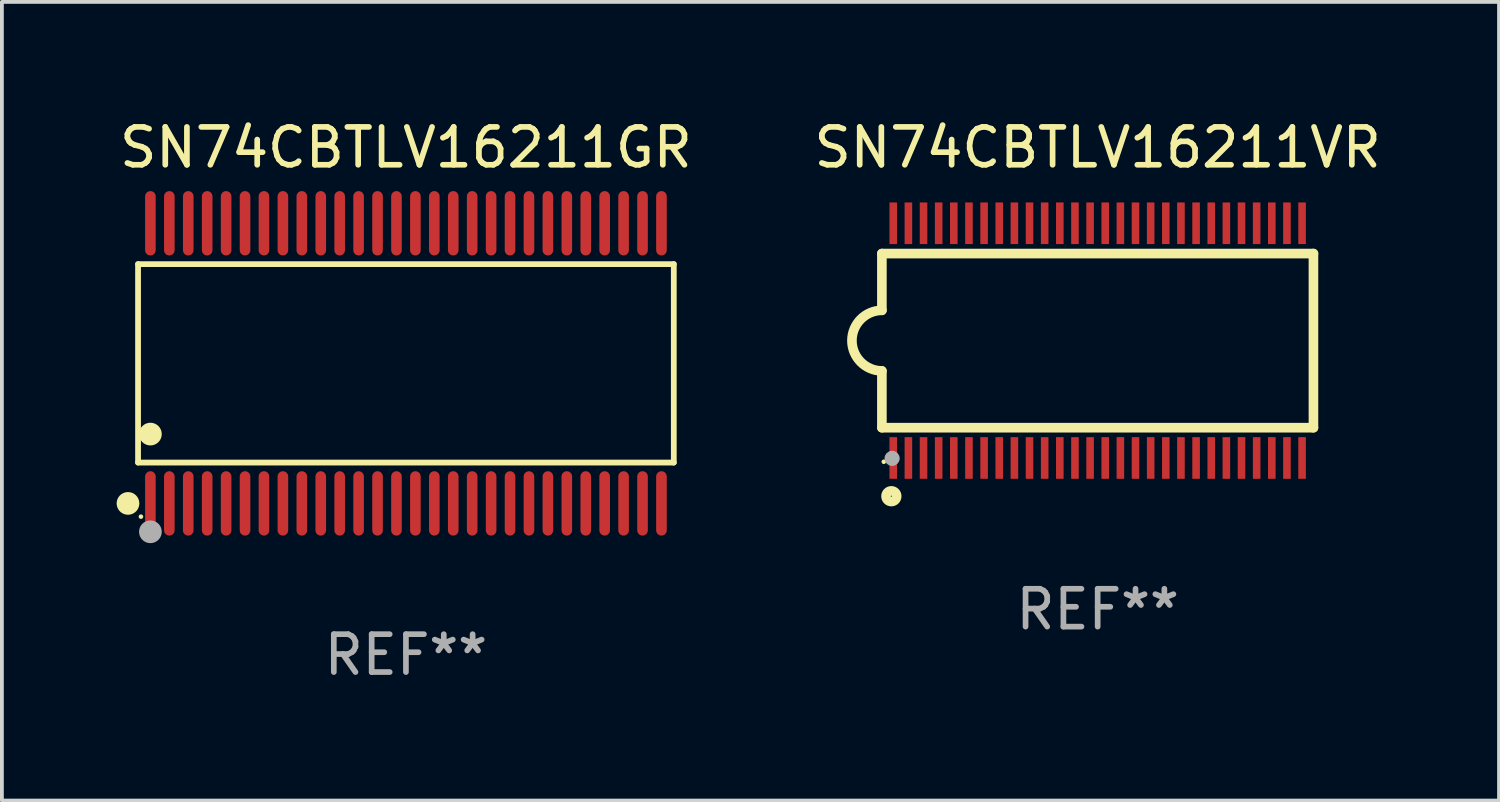
<source format=kicad_pcb>
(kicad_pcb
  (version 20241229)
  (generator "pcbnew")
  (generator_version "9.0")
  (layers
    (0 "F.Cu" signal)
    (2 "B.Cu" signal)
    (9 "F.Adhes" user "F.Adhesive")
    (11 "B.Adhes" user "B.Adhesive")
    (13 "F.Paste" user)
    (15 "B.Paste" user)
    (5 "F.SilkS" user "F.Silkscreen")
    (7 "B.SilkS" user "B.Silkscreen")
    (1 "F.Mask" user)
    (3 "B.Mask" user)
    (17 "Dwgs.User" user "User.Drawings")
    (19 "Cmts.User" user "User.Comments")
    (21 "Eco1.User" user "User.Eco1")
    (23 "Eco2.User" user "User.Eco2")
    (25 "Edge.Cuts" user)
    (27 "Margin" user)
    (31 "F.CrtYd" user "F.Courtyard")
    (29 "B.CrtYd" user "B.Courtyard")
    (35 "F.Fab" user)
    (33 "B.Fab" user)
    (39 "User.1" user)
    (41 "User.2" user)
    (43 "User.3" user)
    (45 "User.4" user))
  (footprint "SN74CBTLV16211VR"
    (layer "F.Cu")
    (at 25.946 5.948)
    (property "Reference" "SN74CBTLV16211VR" (at 0 -5.1 0) (layer "F.SilkS") (effects (font (size 1 1) (thickness 0.15))))
    (attr through_hole)
    (fp_line (start -5.7 -2.3) (end -5.7 -0.8) (stroke (width 0.254) (type solid)) (layer "F.SilkS"))
    (fp_line (start -5.7 -2.3) (end 5.7 -2.3) (stroke (width 0.254) (type solid)) (layer "F.SilkS"))
    (fp_line (start -5.7 2.3) (end -5.7 0.8) (stroke (width 0.254) (type solid)) (layer "F.SilkS"))
    (fp_line (start -5.7 2.3) (end 5.7 2.3) (stroke (width 0.254) (type solid)) (layer "F.SilkS"))
    (fp_line (start 5.7 -2.3) (end 5.7 2.3) (stroke (width 0.254) (type solid)) (layer "F.SilkS"))
    (fp_arc (start -5.700013 0.800025) (mid -6.500343 -0.000382) (end -5.699962 -0.800737) (stroke (width 0.254001) (type solid)) (layer "F.SilkS"))
    (fp_circle (center -5.65 3.2) (end -5.62 3.2) (stroke (width 0.06) (type solid)) (fill no) (layer "F.SilkS"))
    (fp_circle (center -5.45 4.11) (end -5.309 4.11) (stroke (width 0.254) (type solid)) (fill no) (layer "F.SilkS"))
    (fp_circle (center -5.43 3.11) (end -5.33 3.11) (stroke (width 0.2) (type solid)) (fill no) (layer "F.Fab"))
    (fp_text user "REF**" (at 0 7.1 0) (layer "F.Fab") (effects (font (size 1 1) (thickness 0.15))))
    (pad "1" smd rect (at -5.4 3.1) (size 0.2 1.1) (layers "F.Cu" "F.Mask" "F.Paste"))
    (pad "2" smd rect (at -5 3.1) (size 0.2 1.1) (layers "F.Cu" "F.Mask" "F.Paste"))
    (pad "3" smd rect (at -4.6 3.1) (size 0.2 1.1) (layers "F.Cu" "F.Mask" "F.Paste"))
    (pad "4" smd rect (at -4.2 3.1) (size 0.2 1.1) (layers "F.Cu" "F.Mask" "F.Paste"))
    (pad "5" smd rect (at -3.8 3.1) (size 0.2 1.1) (layers "F.Cu" "F.Mask" "F.Paste"))
    (pad "6" smd rect (at -3.4 3.1) (size 0.2 1.1) (layers "F.Cu" "F.Mask" "F.Paste"))
    (pad "7" smd rect (at -3 3.1) (size 0.2 1.1) (layers "F.Cu" "F.Mask" "F.Paste"))
    (pad "8" smd rect (at -2.6 3.1) (size 0.2 1.1) (layers "F.Cu" "F.Mask" "F.Paste"))
    (pad "9" smd rect (at -2.2 3.1) (size 0.2 1.1) (layers "F.Cu" "F.Mask" "F.Paste"))
    (pad "10" smd rect (at -1.8 3.1) (size 0.2 1.1) (layers "F.Cu" "F.Mask" "F.Paste"))
    (pad "11" smd rect (at -1.4 3.1) (size 0.2 1.1) (layers "F.Cu" "F.Mask" "F.Paste"))
    (pad "12" smd rect (at -1 3.1) (size 0.2 1.1) (layers "F.Cu" "F.Mask" "F.Paste"))
    (pad "13" smd rect (at -0.6 3.1) (size 0.2 1.1) (layers "F.Cu" "F.Mask" "F.Paste"))
    (pad "14" smd rect (at -0.2 3.1) (size 0.2 1.1) (layers "F.Cu" "F.Mask" "F.Paste"))
    (pad "15" smd rect (at 0.2 3.1) (size 0.2 1.1) (layers "F.Cu" "F.Mask" "F.Paste"))
    (pad "16" smd rect (at 0.6 3.1) (size 0.2 1.1) (layers "F.Cu" "F.Mask" "F.Paste"))
    (pad "17" smd rect (at 1 3.1) (size 0.2 1.1) (layers "F.Cu" "F.Mask" "F.Paste"))
    (pad "18" smd rect (at 1.4 3.1) (size 0.2 1.1) (layers "F.Cu" "F.Mask" "F.Paste"))
    (pad "19" smd rect (at 1.8 3.1) (size 0.2 1.1) (layers "F.Cu" "F.Mask" "F.Paste"))
    (pad "20" smd rect (at 2.2 3.1) (size 0.2 1.1) (layers "F.Cu" "F.Mask" "F.Paste"))
    (pad "21" smd rect (at 2.6 3.1) (size 0.2 1.1) (layers "F.Cu" "F.Mask" "F.Paste"))
    (pad "22" smd rect (at 3 3.1) (size 0.2 1.1) (layers "F.Cu" "F.Mask" "F.Paste"))
    (pad "23" smd rect (at 3.4 3.1) (size 0.2 1.1) (layers "F.Cu" "F.Mask" "F.Paste"))
    (pad "24" smd rect (at 3.8 3.1) (size 0.2 1.1) (layers "F.Cu" "F.Mask" "F.Paste"))
    (pad "25" smd rect (at 4.2 3.1) (size 0.2 1.1) (layers "F.Cu" "F.Mask" "F.Paste"))
    (pad "26" smd rect (at 4.6 3.1) (size 0.2 1.1) (layers "F.Cu" "F.Mask" "F.Paste"))
    (pad "27" smd rect (at 5 3.1) (size 0.2 1.1) (layers "F.Cu" "F.Mask" "F.Paste"))
    (pad "28" smd rect (at 5.4 3.1) (size 0.2 1.1) (layers "F.Cu" "F.Mask" "F.Paste"))
    (pad "29" smd rect (at 5.4 -3.1) (size 0.2 1.1) (layers "F.Cu" "F.Mask" "F.Paste"))
    (pad "30" smd rect (at 5 -3.1) (size 0.2 1.1) (layers "F.Cu" "F.Mask" "F.Paste"))
    (pad "31" smd rect (at 4.6 -3.1) (size 0.2 1.1) (layers "F.Cu" "F.Mask" "F.Paste"))
    (pad "32" smd rect (at 4.2 -3.1) (size 0.2 1.1) (layers "F.Cu" "F.Mask" "F.Paste"))
    (pad "33" smd rect (at 3.8 -3.1) (size 0.2 1.1) (layers "F.Cu" "F.Mask" "F.Paste"))
    (pad "34" smd rect (at 3.4 -3.1) (size 0.2 1.1) (layers "F.Cu" "F.Mask" "F.Paste"))
    (pad "35" smd rect (at 3 -3.1) (size 0.2 1.1) (layers "F.Cu" "F.Mask" "F.Paste"))
    (pad "36" smd rect (at 2.6 -3.1) (size 0.2 1.1) (layers "F.Cu" "F.Mask" "F.Paste"))
    (pad "37" smd rect (at 2.2 -3.1) (size 0.2 1.1) (layers "F.Cu" "F.Mask" "F.Paste"))
    (pad "38" smd rect (at 1.8 -3.1) (size 0.2 1.1) (layers "F.Cu" "F.Mask" "F.Paste"))
    (pad "39" smd rect (at 1.4 -3.1) (size 0.2 1.1) (layers "F.Cu" "F.Mask" "F.Paste"))
    (pad "40" smd rect (at 1 -3.1) (size 0.2 1.1) (layers "F.Cu" "F.Mask" "F.Paste"))
    (pad "41" smd rect (at 0.6 -3.1) (size 0.2 1.1) (layers "F.Cu" "F.Mask" "F.Paste"))
    (pad "42" smd rect (at 0.2 -3.1) (size 0.2 1.1) (layers "F.Cu" "F.Mask" "F.Paste"))
    (pad "43" smd rect (at -0.2 -3.1) (size 0.2 1.1) (layers "F.Cu" "F.Mask" "F.Paste"))
    (pad "44" smd rect (at -0.6 -3.1) (size 0.2 1.1) (layers "F.Cu" "F.Mask" "F.Paste"))
    (pad "45" smd rect (at -1 -3.1) (size 0.2 1.1) (layers "F.Cu" "F.Mask" "F.Paste"))
    (pad "46" smd rect (at -1.4 -3.1) (size 0.2 1.1) (layers "F.Cu" "F.Mask" "F.Paste"))
    (pad "47" smd rect (at -1.8 -3.1) (size 0.2 1.1) (layers "F.Cu" "F.Mask" "F.Paste"))
    (pad "48" smd rect (at -2.2 -3.1) (size 0.2 1.1) (layers "F.Cu" "F.Mask" "F.Paste"))
    (pad "49" smd rect (at -2.6 -3.1) (size 0.2 1.1) (layers "F.Cu" "F.Mask" "F.Paste"))
    (pad "50" smd rect (at -3 -3.1) (size 0.2 1.1) (layers "F.Cu" "F.Mask" "F.Paste"))
    (pad "51" smd rect (at -3.4 -3.1) (size 0.2 1.1) (layers "F.Cu" "F.Mask" "F.Paste"))
    (pad "52" smd rect (at -3.8 -3.1) (size 0.2 1.1) (layers "F.Cu" "F.Mask" "F.Paste"))
    (pad "53" smd rect (at -4.2 -3.1) (size 0.2 1.1) (layers "F.Cu" "F.Mask" "F.Paste"))
    (pad "54" smd rect (at -4.6 -3.1) (size 0.2 1.1) (layers "F.Cu" "F.Mask" "F.Paste"))
    (pad "55" smd rect (at -5 -3.1) (size 0.2 1.1) (layers "F.Cu" "F.Mask" "F.Paste"))
    (pad "56" smd rect (at -5.4 -3.1) (size 0.2 1.1) (layers "F.Cu" "F.Mask" "F.Paste")))
  (footprint "SN74CBTLV16211GR"
    (layer "F.Cu")
    (at 7.673 6.548)
    (property "Reference" "SN74CBTLV16211GR" (at 0 -5.7 0) (layer "F.SilkS") (effects (font (size 1 1) (thickness 0.15))))
    (attr through_hole)
    (fp_line (start -7.076 -2.621) (end 7.076 -2.621) (stroke (width 0.152) (type solid)) (layer "F.SilkS"))
    (fp_line (start -7.076 2.621) (end -7.076 -2.621) (stroke (width 0.152) (type solid)) (layer "F.SilkS"))
    (fp_line (start 7.076 -2.621) (end 7.076 2.621) (stroke (width 0.152) (type solid)) (layer "F.SilkS"))
    (fp_line (start 7.076 2.621) (end -7.076 2.621) (stroke (width 0.152) (type solid)) (layer "F.SilkS"))
    (fp_circle (center -7.342 3.7) (end -7.192 3.7) (stroke (width 0.3) (type solid)) (fill no) (layer "F.SilkS"))
    (fp_circle (center -7 4.05) (end -6.97 4.05) (stroke (width 0.06) (type solid)) (fill no) (layer "F.SilkS"))
    (fp_circle (center -6.75 1.869) (end -6.6 1.869) (stroke (width 0.3) (type solid)) (fill no) (layer "F.SilkS"))
    (fp_circle (center -6.75 4.45) (end -6.6 4.45) (stroke (width 0.3) (type solid)) (fill no) (layer "F.Fab"))
    (fp_text user "REF**" (at 0 7.7 0) (layer "F.Fab") (effects (font (size 1 1) (thickness 0.15))))
    (pad "1" smd oval (at -6.75 3.7) (size 0.28 1.7) (layers "F.Cu" "F.Mask" "F.Paste"))
    (pad "2" smd oval (at -6.25 3.7) (size 0.28 1.7) (layers "F.Cu" "F.Mask" "F.Paste"))
    (pad "3" smd oval (at -5.75 3.7) (size 0.28 1.7) (layers "F.Cu" "F.Mask" "F.Paste"))
    (pad "4" smd oval (at -5.25 3.7) (size 0.28 1.7) (layers "F.Cu" "F.Mask" "F.Paste"))
    (pad "5" smd oval (at -4.75 3.7) (size 0.28 1.7) (layers "F.Cu" "F.Mask" "F.Paste"))
    (pad "6" smd oval (at -4.25 3.7) (size 0.28 1.7) (layers "F.Cu" "F.Mask" "F.Paste"))
    (pad "7" smd oval (at -3.75 3.7) (size 0.28 1.7) (layers "F.Cu" "F.Mask" "F.Paste"))
    (pad "8" smd oval (at -3.25 3.7) (size 0.28 1.7) (layers "F.Cu" "F.Mask" "F.Paste"))
    (pad "9" smd oval (at -2.75 3.7) (size 0.28 1.7) (layers "F.Cu" "F.Mask" "F.Paste"))
    (pad "10" smd oval (at -2.25 3.7) (size 0.28 1.7) (layers "F.Cu" "F.Mask" "F.Paste"))
    (pad "11" smd oval (at -1.75 3.7) (size 0.28 1.7) (layers "F.Cu" "F.Mask" "F.Paste"))
    (pad "12" smd oval (at -1.25 3.7) (size 0.28 1.7) (layers "F.Cu" "F.Mask" "F.Paste"))
    (pad "13" smd oval (at -0.75 3.7) (size 0.28 1.7) (layers "F.Cu" "F.Mask" "F.Paste"))
    (pad "14" smd oval (at -0.25 3.7) (size 0.28 1.7) (layers "F.Cu" "F.Mask" "F.Paste"))
    (pad "15" smd oval (at 0.25 3.7) (size 0.28 1.7) (layers "F.Cu" "F.Mask" "F.Paste"))
    (pad "16" smd oval (at 0.75 3.7) (size 0.28 1.7) (layers "F.Cu" "F.Mask" "F.Paste"))
    (pad "17" smd oval (at 1.25 3.7) (size 0.28 1.7) (layers "F.Cu" "F.Mask" "F.Paste"))
    (pad "18" smd oval (at 1.75 3.7) (size 0.28 1.7) (layers "F.Cu" "F.Mask" "F.Paste"))
    (pad "19" smd oval (at 2.25 3.7) (size 0.28 1.7) (layers "F.Cu" "F.Mask" "F.Paste"))
    (pad "20" smd oval (at 2.75 3.7) (size 0.28 1.7) (layers "F.Cu" "F.Mask" "F.Paste"))
    (pad "21" smd oval (at 3.25 3.7) (size 0.28 1.7) (layers "F.Cu" "F.Mask" "F.Paste"))
    (pad "22" smd oval (at 3.75 3.7) (size 0.28 1.7) (layers "F.Cu" "F.Mask" "F.Paste"))
    (pad "23" smd oval (at 4.25 3.7) (size 0.28 1.7) (layers "F.Cu" "F.Mask" "F.Paste"))
    (pad "24" smd oval (at 4.75 3.7) (size 0.28 1.7) (layers "F.Cu" "F.Mask" "F.Paste"))
    (pad "25" smd oval (at 5.25 3.7) (size 0.28 1.7) (layers "F.Cu" "F.Mask" "F.Paste"))
    (pad "26" smd oval (at 5.75 3.7) (size 0.28 1.7) (layers "F.Cu" "F.Mask" "F.Paste"))
    (pad "27" smd oval (at 6.25 3.7) (size 0.28 1.7) (layers "F.Cu" "F.Mask" "F.Paste"))
    (pad "28" smd oval (at 6.75 3.7) (size 0.28 1.7) (layers "F.Cu" "F.Mask" "F.Paste"))
    (pad "29" smd oval (at 6.75 -3.7) (size 0.28 1.7) (layers "F.Cu" "F.Mask" "F.Paste"))
    (pad "30" smd oval (at 6.25 -3.7) (size 0.28 1.7) (layers "F.Cu" "F.Mask" "F.Paste"))
    (pad "31" smd oval (at 5.75 -3.7) (size 0.28 1.7) (layers "F.Cu" "F.Mask" "F.Paste"))
    (pad "32" smd oval (at 5.25 -3.7) (size 0.28 1.7) (layers "F.Cu" "F.Mask" "F.Paste"))
    (pad "33" smd oval (at 4.75 -3.7) (size 0.28 1.7) (layers "F.Cu" "F.Mask" "F.Paste"))
    (pad "34" smd oval (at 4.25 -3.7) (size 0.28 1.7) (layers "F.Cu" "F.Mask" "F.Paste"))
    (pad "35" smd oval (at 3.75 -3.7) (size 0.28 1.7) (layers "F.Cu" "F.Mask" "F.Paste"))
    (pad "36" smd oval (at 3.25 -3.7) (size 0.28 1.7) (layers "F.Cu" "F.Mask" "F.Paste"))
    (pad "37" smd oval (at 2.75 -3.7) (size 0.28 1.7) (layers "F.Cu" "F.Mask" "F.Paste"))
    (pad "38" smd oval (at 2.25 -3.7) (size 0.28 1.7) (layers "F.Cu" "F.Mask" "F.Paste"))
    (pad "39" smd oval (at 1.75 -3.7) (size 0.28 1.7) (layers "F.Cu" "F.Mask" "F.Paste"))
    (pad "40" smd oval (at 1.25 -3.7) (size 0.28 1.7) (layers "F.Cu" "F.Mask" "F.Paste"))
    (pad "41" smd oval (at 0.75 -3.7) (size 0.28 1.7) (layers "F.Cu" "F.Mask" "F.Paste"))
    (pad "42" smd oval (at 0.25 -3.7) (size 0.28 1.7) (layers "F.Cu" "F.Mask" "F.Paste"))
    (pad "43" smd oval (at -0.25 -3.7) (size 0.28 1.7) (layers "F.Cu" "F.Mask" "F.Paste"))
    (pad "44" smd oval (at -0.75 -3.7) (size 0.28 1.7) (layers "F.Cu" "F.Mask" "F.Paste"))
    (pad "45" smd oval (at -1.25 -3.7) (size 0.28 1.7) (layers "F.Cu" "F.Mask" "F.Paste"))
    (pad "46" smd oval (at -1.75 -3.7) (size 0.28 1.7) (layers "F.Cu" "F.Mask" "F.Paste"))
    (pad "47" smd oval (at -2.25 -3.7) (size 0.28 1.7) (layers "F.Cu" "F.Mask" "F.Paste"))
    (pad "48" smd oval (at -2.75 -3.7) (size 0.28 1.7) (layers "F.Cu" "F.Mask" "F.Paste"))
    (pad "49" smd oval (at -3.25 -3.7) (size 0.28 1.7) (layers "F.Cu" "F.Mask" "F.Paste"))
    (pad "50" smd oval (at -3.75 -3.7) (size 0.28 1.7) (layers "F.Cu" "F.Mask" "F.Paste"))
    (pad "51" smd oval (at -4.25 -3.7) (size 0.28 1.7) (layers "F.Cu" "F.Mask" "F.Paste"))
    (pad "52" smd oval (at -4.75 -3.7) (size 0.28 1.7) (layers "F.Cu" "F.Mask" "F.Paste"))
    (pad "53" smd oval (at -5.25 -3.7) (size 0.28 1.7) (layers "F.Cu" "F.Mask" "F.Paste"))
    (pad "54" smd oval (at -5.75 -3.7) (size 0.28 1.7) (layers "F.Cu" "F.Mask" "F.Paste"))
    (pad "55" smd oval (at -6.25 -3.7) (size 0.28 1.7) (layers "F.Cu" "F.Mask" "F.Paste"))
    (pad "56" smd oval (at -6.75 -3.7) (size 0.28 1.7) (layers "F.Cu" "F.Mask" "F.Paste")))
  (gr_rect
    (start -3 -3)
    (end 36.548 18.097)
    (stroke (width 0.1) (type default))
    (fill no)
    (layer "Edge.Cuts")))
</source>
